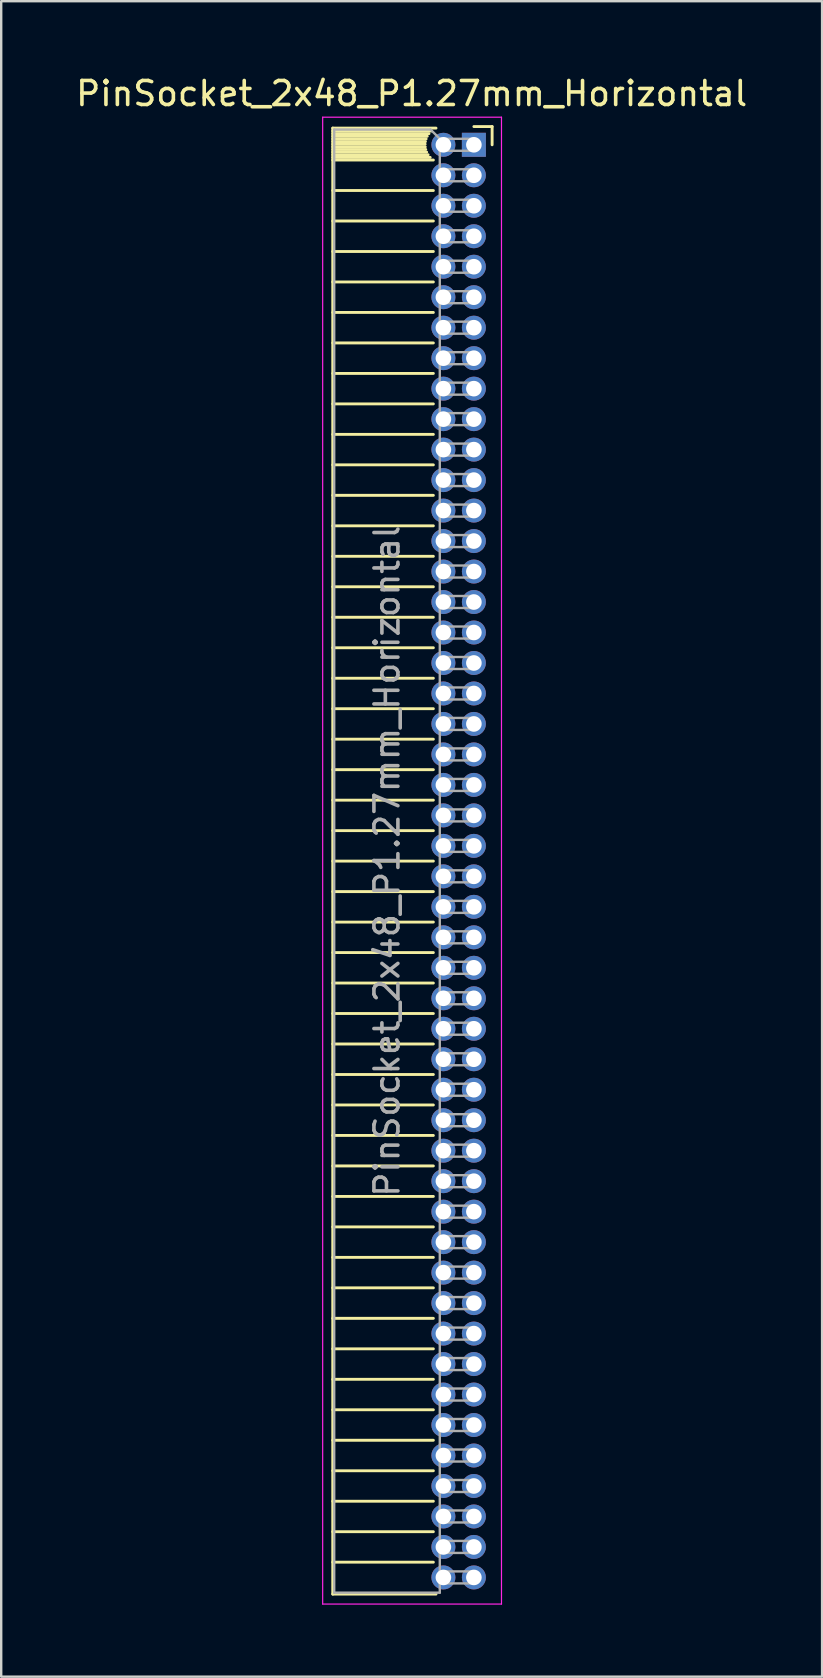
<source format=kicad_pcb>
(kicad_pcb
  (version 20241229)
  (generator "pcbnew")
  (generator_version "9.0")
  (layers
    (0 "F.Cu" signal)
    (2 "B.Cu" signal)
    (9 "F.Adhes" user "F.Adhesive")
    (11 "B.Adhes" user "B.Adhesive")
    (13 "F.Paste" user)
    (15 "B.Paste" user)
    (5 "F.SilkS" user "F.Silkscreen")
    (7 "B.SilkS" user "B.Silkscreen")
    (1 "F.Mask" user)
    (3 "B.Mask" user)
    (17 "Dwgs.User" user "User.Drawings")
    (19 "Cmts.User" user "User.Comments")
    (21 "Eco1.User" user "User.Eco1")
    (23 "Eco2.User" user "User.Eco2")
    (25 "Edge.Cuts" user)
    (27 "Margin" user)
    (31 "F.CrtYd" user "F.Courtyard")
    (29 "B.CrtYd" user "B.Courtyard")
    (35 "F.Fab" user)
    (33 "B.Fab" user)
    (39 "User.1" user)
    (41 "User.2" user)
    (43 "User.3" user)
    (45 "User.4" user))
  (footprint "PinSocket_2x48_P1.27mm_Horizontal"
    (layer "F.Cu")
    (at 16.694 2.983)
    (property "Reference" "PinSocket_2x48_P1.27mm_Horizontal" (at -2.592 -2.135 0) (layer "F.SilkS") (effects (font (size 1 1) (thickness 0.15))))
    (attr through_hole)
    (fp_line (start -5.88 -0.695) (end -5.88 60.385) (stroke (width 0.12) (type solid)) (layer "F.SilkS"))
    (fp_line (start -5.88 -0.695) (end -1.578 -0.695) (stroke (width 0.12) (type solid)) (layer "F.SilkS"))
    (fp_line (start -5.88 -0.575) (end -1.767 -0.575) (stroke (width 0.12) (type solid)) (layer "F.SilkS"))
    (fp_line (start -5.88 -0.465) (end -1.871 -0.465) (stroke (width 0.12) (type solid)) (layer "F.SilkS"))
    (fp_line (start -5.88 -0.355) (end -1.942 -0.355) (stroke (width 0.12) (type solid)) (layer "F.SilkS"))
    (fp_line (start -5.88 -0.245) (end -1.989 -0.245) (stroke (width 0.12) (type solid)) (layer "F.SilkS"))
    (fp_line (start -5.88 -0.135) (end -2.018 -0.135) (stroke (width 0.12) (type solid)) (layer "F.SilkS"))
    (fp_line (start -5.88 -0.025) (end -2.03 -0.025) (stroke (width 0.12) (type solid)) (layer "F.SilkS"))
    (fp_line (start -5.88 0.085) (end -2.025 0.085) (stroke (width 0.12) (type solid)) (layer "F.SilkS"))
    (fp_line (start -5.88 0.195) (end -2.005 0.195) (stroke (width 0.12) (type solid)) (layer "F.SilkS"))
    (fp_line (start -5.88 0.305) (end -1.966 0.305) (stroke (width 0.12) (type solid)) (layer "F.SilkS"))
    (fp_line (start -5.88 0.415) (end -1.907 0.415) (stroke (width 0.12) (type solid)) (layer "F.SilkS"))
    (fp_line (start -5.88 0.525) (end -1.82 0.525) (stroke (width 0.12) (type solid)) (layer "F.SilkS"))
    (fp_line (start -5.88 0.635) (end -1.688 0.635) (stroke (width 0.12) (type solid)) (layer "F.SilkS"))
    (fp_line (start -5.88 1.905) (end -1.688 1.905) (stroke (width 0.12) (type solid)) (layer "F.SilkS"))
    (fp_line (start -5.88 3.175) (end -1.688 3.175) (stroke (width 0.12) (type solid)) (layer "F.SilkS"))
    (fp_line (start -5.88 4.445) (end -1.688 4.445) (stroke (width 0.12) (type solid)) (layer "F.SilkS"))
    (fp_line (start -5.88 5.715) (end -1.688 5.715) (stroke (width 0.12) (type solid)) (layer "F.SilkS"))
    (fp_line (start -5.88 6.985) (end -1.688 6.985) (stroke (width 0.12) (type solid)) (layer "F.SilkS"))
    (fp_line (start -5.88 8.255) (end -1.688 8.255) (stroke (width 0.12) (type solid)) (layer "F.SilkS"))
    (fp_line (start -5.88 9.525) (end -1.688 9.525) (stroke (width 0.12) (type solid)) (layer "F.SilkS"))
    (fp_line (start -5.88 10.795) (end -1.688 10.795) (stroke (width 0.12) (type solid)) (layer "F.SilkS"))
    (fp_line (start -5.88 12.065) (end -1.688 12.065) (stroke (width 0.12) (type solid)) (layer "F.SilkS"))
    (fp_line (start -5.88 13.335) (end -1.688 13.335) (stroke (width 0.12) (type solid)) (layer "F.SilkS"))
    (fp_line (start -5.88 14.605) (end -1.688 14.605) (stroke (width 0.12) (type solid)) (layer "F.SilkS"))
    (fp_line (start -5.88 15.875) (end -1.688 15.875) (stroke (width 0.12) (type solid)) (layer "F.SilkS"))
    (fp_line (start -5.88 17.145) (end -1.688 17.145) (stroke (width 0.12) (type solid)) (layer "F.SilkS"))
    (fp_line (start -5.88 18.415) (end -1.688 18.415) (stroke (width 0.12) (type solid)) (layer "F.SilkS"))
    (fp_line (start -5.88 19.685) (end -1.688 19.685) (stroke (width 0.12) (type solid)) (layer "F.SilkS"))
    (fp_line (start -5.88 20.955) (end -1.688 20.955) (stroke (width 0.12) (type solid)) (layer "F.SilkS"))
    (fp_line (start -5.88 22.225) (end -1.688 22.225) (stroke (width 0.12) (type solid)) (layer "F.SilkS"))
    (fp_line (start -5.88 23.495) (end -1.688 23.495) (stroke (width 0.12) (type solid)) (layer "F.SilkS"))
    (fp_line (start -5.88 24.765) (end -1.688 24.765) (stroke (width 0.12) (type solid)) (layer "F.SilkS"))
    (fp_line (start -5.88 26.035) (end -1.688 26.035) (stroke (width 0.12) (type solid)) (layer "F.SilkS"))
    (fp_line (start -5.88 27.305) (end -1.688 27.305) (stroke (width 0.12) (type solid)) (layer "F.SilkS"))
    (fp_line (start -5.88 28.575) (end -1.688 28.575) (stroke (width 0.12) (type solid)) (layer "F.SilkS"))
    (fp_line (start -5.88 29.845) (end -1.688 29.845) (stroke (width 0.12) (type solid)) (layer "F.SilkS"))
    (fp_line (start -5.88 31.115) (end -1.688 31.115) (stroke (width 0.12) (type solid)) (layer "F.SilkS"))
    (fp_line (start -5.88 32.385) (end -1.688 32.385) (stroke (width 0.12) (type solid)) (layer "F.SilkS"))
    (fp_line (start -5.88 33.655) (end -1.688 33.655) (stroke (width 0.12) (type solid)) (layer "F.SilkS"))
    (fp_line (start -5.88 34.925) (end -1.688 34.925) (stroke (width 0.12) (type solid)) (layer "F.SilkS"))
    (fp_line (start -5.88 36.195) (end -1.688 36.195) (stroke (width 0.12) (type solid)) (layer "F.SilkS"))
    (fp_line (start -5.88 37.465) (end -1.688 37.465) (stroke (width 0.12) (type solid)) (layer "F.SilkS"))
    (fp_line (start -5.88 38.735) (end -1.688 38.735) (stroke (width 0.12) (type solid)) (layer "F.SilkS"))
    (fp_line (start -5.88 40.005) (end -1.688 40.005) (stroke (width 0.12) (type solid)) (layer "F.SilkS"))
    (fp_line (start -5.88 41.275) (end -1.688 41.275) (stroke (width 0.12) (type solid)) (layer "F.SilkS"))
    (fp_line (start -5.88 42.545) (end -1.688 42.545) (stroke (width 0.12) (type solid)) (layer "F.SilkS"))
    (fp_line (start -5.88 43.815) (end -1.688 43.815) (stroke (width 0.12) (type solid)) (layer "F.SilkS"))
    (fp_line (start -5.88 45.085) (end -1.688 45.085) (stroke (width 0.12) (type solid)) (layer "F.SilkS"))
    (fp_line (start -5.88 46.355) (end -1.688 46.355) (stroke (width 0.12) (type solid)) (layer "F.SilkS"))
    (fp_line (start -5.88 47.625) (end -1.688 47.625) (stroke (width 0.12) (type solid)) (layer "F.SilkS"))
    (fp_line (start -5.88 48.895) (end -1.688 48.895) (stroke (width 0.12) (type solid)) (layer "F.SilkS"))
    (fp_line (start -5.88 50.165) (end -1.688 50.165) (stroke (width 0.12) (type solid)) (layer "F.SilkS"))
    (fp_line (start -5.88 51.435) (end -1.688 51.435) (stroke (width 0.12) (type solid)) (layer "F.SilkS"))
    (fp_line (start -5.88 52.705) (end -1.688 52.705) (stroke (width 0.12) (type solid)) (layer "F.SilkS"))
    (fp_line (start -5.88 53.975) (end -1.688 53.975) (stroke (width 0.12) (type solid)) (layer "F.SilkS"))
    (fp_line (start -5.88 55.245) (end -1.688 55.245) (stroke (width 0.12) (type solid)) (layer "F.SilkS"))
    (fp_line (start -5.88 56.515) (end -1.688 56.515) (stroke (width 0.12) (type solid)) (layer "F.SilkS"))
    (fp_line (start -5.88 57.785) (end -1.688 57.785) (stroke (width 0.12) (type solid)) (layer "F.SilkS"))
    (fp_line (start -5.88 59.055) (end -1.688 59.055) (stroke (width 0.12) (type solid)) (layer "F.SilkS"))
    (fp_line (start -5.88 60.385) (end -1.578 60.385) (stroke (width 0.12) (type solid)) (layer "F.SilkS"))
    (fp_line (start 0 -0.76) (end 0.76 -0.76) (stroke (width 0.12) (type solid)) (layer "F.SilkS"))
    (fp_line (start 0.76 -0.76) (end 0.76 0) (stroke (width 0.12) (type solid)) (layer "F.SilkS"))
    (fp_line (start -6.3 -1.15) (end -6.3 60.8) (stroke (width 0.05) (type solid)) (layer "F.CrtYd"))
    (fp_line (start -6.3 60.8) (end 1.15 60.8) (stroke (width 0.05) (type solid)) (layer "F.CrtYd"))
    (fp_line (start 1.15 -1.15) (end -6.3 -1.15) (stroke (width 0.05) (type solid)) (layer "F.CrtYd"))
    (fp_line (start 1.15 60.8) (end 1.15 -1.15) (stroke (width 0.05) (type solid)) (layer "F.CrtYd"))
    (fp_line (start -5.82 -0.635) (end -1.805 -0.635) (stroke (width 0.1) (type solid)) (layer "F.Fab"))
    (fp_line (start -5.82 60.325) (end -5.82 -0.635) (stroke (width 0.1) (type solid)) (layer "F.Fab"))
    (fp_line (start -1.805 -0.635) (end -1.42 -0.25) (stroke (width 0.1) (type solid)) (layer "F.Fab"))
    (fp_line (start -1.42 -0.25) (end -1.42 60.325) (stroke (width 0.1) (type solid)) (layer "F.Fab"))
    (fp_line (start -1.42 0.25) (end 0 0.25) (stroke (width 0.1) (type solid)) (layer "F.Fab"))
    (fp_line (start -1.42 1.52) (end 0 1.52) (stroke (width 0.1) (type solid)) (layer "F.Fab"))
    (fp_line (start -1.42 2.79) (end 0 2.79) (stroke (width 0.1) (type solid)) (layer "F.Fab"))
    (fp_line (start -1.42 4.06) (end 0 4.06) (stroke (width 0.1) (type solid)) (layer "F.Fab"))
    (fp_line (start -1.42 5.33) (end 0 5.33) (stroke (width 0.1) (type solid)) (layer "F.Fab"))
    (fp_line (start -1.42 6.6) (end 0 6.6) (stroke (width 0.1) (type solid)) (layer "F.Fab"))
    (fp_line (start -1.42 7.87) (end 0 7.87) (stroke (width 0.1) (type solid)) (layer "F.Fab"))
    (fp_line (start -1.42 9.14) (end 0 9.14) (stroke (width 0.1) (type solid)) (layer "F.Fab"))
    (fp_line (start -1.42 10.41) (end 0 10.41) (stroke (width 0.1) (type solid)) (layer "F.Fab"))
    (fp_line (start -1.42 11.68) (end 0 11.68) (stroke (width 0.1) (type solid)) (layer "F.Fab"))
    (fp_line (start -1.42 12.95) (end 0 12.95) (stroke (width 0.1) (type solid)) (layer "F.Fab"))
    (fp_line (start -1.42 14.22) (end 0 14.22) (stroke (width 0.1) (type solid)) (layer "F.Fab"))
    (fp_line (start -1.42 15.49) (end 0 15.49) (stroke (width 0.1) (type solid)) (layer "F.Fab"))
    (fp_line (start -1.42 16.76) (end 0 16.76) (stroke (width 0.1) (type solid)) (layer "F.Fab"))
    (fp_line (start -1.42 18.03) (end 0 18.03) (stroke (width 0.1) (type solid)) (layer "F.Fab"))
    (fp_line (start -1.42 19.3) (end 0 19.3) (stroke (width 0.1) (type solid)) (layer "F.Fab"))
    (fp_line (start -1.42 20.57) (end 0 20.57) (stroke (width 0.1) (type solid)) (layer "F.Fab"))
    (fp_line (start -1.42 21.84) (end 0 21.84) (stroke (width 0.1) (type solid)) (layer "F.Fab"))
    (fp_line (start -1.42 23.11) (end 0 23.11) (stroke (width 0.1) (type solid)) (layer "F.Fab"))
    (fp_line (start -1.42 24.38) (end 0 24.38) (stroke (width 0.1) (type solid)) (layer "F.Fab"))
    (fp_line (start -1.42 25.65) (end 0 25.65) (stroke (width 0.1) (type solid)) (layer "F.Fab"))
    (fp_line (start -1.42 26.92) (end 0 26.92) (stroke (width 0.1) (type solid)) (layer "F.Fab"))
    (fp_line (start -1.42 28.19) (end 0 28.19) (stroke (width 0.1) (type solid)) (layer "F.Fab"))
    (fp_line (start -1.42 29.46) (end 0 29.46) (stroke (width 0.1) (type solid)) (layer "F.Fab"))
    (fp_line (start -1.42 30.73) (end 0 30.73) (stroke (width 0.1) (type solid)) (layer "F.Fab"))
    (fp_line (start -1.42 32) (end 0 32) (stroke (width 0.1) (type solid)) (layer "F.Fab"))
    (fp_line (start -1.42 33.27) (end 0 33.27) (stroke (width 0.1) (type solid)) (layer "F.Fab"))
    (fp_line (start -1.42 34.54) (end 0 34.54) (stroke (width 0.1) (type solid)) (layer "F.Fab"))
    (fp_line (start -1.42 35.81) (end 0 35.81) (stroke (width 0.1) (type solid)) (layer "F.Fab"))
    (fp_line (start -1.42 37.08) (end 0 37.08) (stroke (width 0.1) (type solid)) (layer "F.Fab"))
    (fp_line (start -1.42 38.35) (end 0 38.35) (stroke (width 0.1) (type solid)) (layer "F.Fab"))
    (fp_line (start -1.42 39.62) (end 0 39.62) (stroke (width 0.1) (type solid)) (layer "F.Fab"))
    (fp_line (start -1.42 40.89) (end 0 40.89) (stroke (width 0.1) (type solid)) (layer "F.Fab"))
    (fp_line (start -1.42 42.16) (end 0 42.16) (stroke (width 0.1) (type solid)) (layer "F.Fab"))
    (fp_line (start -1.42 43.43) (end 0 43.43) (stroke (width 0.1) (type solid)) (layer "F.Fab"))
    (fp_line (start -1.42 44.7) (end 0 44.7) (stroke (width 0.1) (type solid)) (layer "F.Fab"))
    (fp_line (start -1.42 45.97) (end 0 45.97) (stroke (width 0.1) (type solid)) (layer "F.Fab"))
    (fp_line (start -1.42 47.24) (end 0 47.24) (stroke (width 0.1) (type solid)) (layer "F.Fab"))
    (fp_line (start -1.42 48.51) (end 0 48.51) (stroke (width 0.1) (type solid)) (layer "F.Fab"))
    (fp_line (start -1.42 49.78) (end 0 49.78) (stroke (width 0.1) (type solid)) (layer "F.Fab"))
    (fp_line (start -1.42 51.05) (end 0 51.05) (stroke (width 0.1) (type solid)) (layer "F.Fab"))
    (fp_line (start -1.42 52.32) (end 0 52.32) (stroke (width 0.1) (type solid)) (layer "F.Fab"))
    (fp_line (start -1.42 53.59) (end 0 53.59) (stroke (width 0.1) (type solid)) (layer "F.Fab"))
    (fp_line (start -1.42 54.86) (end 0 54.86) (stroke (width 0.1) (type solid)) (layer "F.Fab"))
    (fp_line (start -1.42 56.13) (end 0 56.13) (stroke (width 0.1) (type solid)) (layer "F.Fab"))
    (fp_line (start -1.42 57.4) (end 0 57.4) (stroke (width 0.1) (type solid)) (layer "F.Fab"))
    (fp_line (start -1.42 58.67) (end 0 58.67) (stroke (width 0.1) (type solid)) (layer "F.Fab"))
    (fp_line (start -1.42 59.94) (end 0 59.94) (stroke (width 0.1) (type solid)) (layer "F.Fab"))
    (fp_line (start -1.42 60.325) (end -5.82 60.325) (stroke (width 0.1) (type solid)) (layer "F.Fab"))
    (fp_line (start 0 -0.25) (end -1.42 -0.25) (stroke (width 0.1) (type solid)) (layer "F.Fab"))
    (fp_line (start 0 0.25) (end 0 -0.25) (stroke (width 0.1) (type solid)) (layer "F.Fab"))
    (fp_line (start 0 1.02) (end -1.42 1.02) (stroke (width 0.1) (type solid)) (layer "F.Fab"))
    (fp_line (start 0 1.52) (end 0 1.02) (stroke (width 0.1) (type solid)) (layer "F.Fab"))
    (fp_line (start 0 2.29) (end -1.42 2.29) (stroke (width 0.1) (type solid)) (layer "F.Fab"))
    (fp_line (start 0 2.79) (end 0 2.29) (stroke (width 0.1) (type solid)) (layer "F.Fab"))
    (fp_line (start 0 3.56) (end -1.42 3.56) (stroke (width 0.1) (type solid)) (layer "F.Fab"))
    (fp_line (start 0 4.06) (end 0 3.56) (stroke (width 0.1) (type solid)) (layer "F.Fab"))
    (fp_line (start 0 4.83) (end -1.42 4.83) (stroke (width 0.1) (type solid)) (layer "F.Fab"))
    (fp_line (start 0 5.33) (end 0 4.83) (stroke (width 0.1) (type solid)) (layer "F.Fab"))
    (fp_line (start 0 6.1) (end -1.42 6.1) (stroke (width 0.1) (type solid)) (layer "F.Fab"))
    (fp_line (start 0 6.6) (end 0 6.1) (stroke (width 0.1) (type solid)) (layer "F.Fab"))
    (fp_line (start 0 7.37) (end -1.42 7.37) (stroke (width 0.1) (type solid)) (layer "F.Fab"))
    (fp_line (start 0 7.87) (end 0 7.37) (stroke (width 0.1) (type solid)) (layer "F.Fab"))
    (fp_line (start 0 8.64) (end -1.42 8.64) (stroke (width 0.1) (type solid)) (layer "F.Fab"))
    (fp_line (start 0 9.14) (end 0 8.64) (stroke (width 0.1) (type solid)) (layer "F.Fab"))
    (fp_line (start 0 9.91) (end -1.42 9.91) (stroke (width 0.1) (type solid)) (layer "F.Fab"))
    (fp_line (start 0 10.41) (end 0 9.91) (stroke (width 0.1) (type solid)) (layer "F.Fab"))
    (fp_line (start 0 11.18) (end -1.42 11.18) (stroke (width 0.1) (type solid)) (layer "F.Fab"))
    (fp_line (start 0 11.68) (end 0 11.18) (stroke (width 0.1) (type solid)) (layer "F.Fab"))
    (fp_line (start 0 12.45) (end -1.42 12.45) (stroke (width 0.1) (type solid)) (layer "F.Fab"))
    (fp_line (start 0 12.95) (end 0 12.45) (stroke (width 0.1) (type solid)) (layer "F.Fab"))
    (fp_line (start 0 13.72) (end -1.42 13.72) (stroke (width 0.1) (type solid)) (layer "F.Fab"))
    (fp_line (start 0 14.22) (end 0 13.72) (stroke (width 0.1) (type solid)) (layer "F.Fab"))
    (fp_line (start 0 14.99) (end -1.42 14.99) (stroke (width 0.1) (type solid)) (layer "F.Fab"))
    (fp_line (start 0 15.49) (end 0 14.99) (stroke (width 0.1) (type solid)) (layer "F.Fab"))
    (fp_line (start 0 16.26) (end -1.42 16.26) (stroke (width 0.1) (type solid)) (layer "F.Fab"))
    (fp_line (start 0 16.76) (end 0 16.26) (stroke (width 0.1) (type solid)) (layer "F.Fab"))
    (fp_line (start 0 17.53) (end -1.42 17.53) (stroke (width 0.1) (type solid)) (layer "F.Fab"))
    (fp_line (start 0 18.03) (end 0 17.53) (stroke (width 0.1) (type solid)) (layer "F.Fab"))
    (fp_line (start 0 18.8) (end -1.42 18.8) (stroke (width 0.1) (type solid)) (layer "F.Fab"))
    (fp_line (start 0 19.3) (end 0 18.8) (stroke (width 0.1) (type solid)) (layer "F.Fab"))
    (fp_line (start 0 20.07) (end -1.42 20.07) (stroke (width 0.1) (type solid)) (layer "F.Fab"))
    (fp_line (start 0 20.57) (end 0 20.07) (stroke (width 0.1) (type solid)) (layer "F.Fab"))
    (fp_line (start 0 21.34) (end -1.42 21.34) (stroke (width 0.1) (type solid)) (layer "F.Fab"))
    (fp_line (start 0 21.84) (end 0 21.34) (stroke (width 0.1) (type solid)) (layer "F.Fab"))
    (fp_line (start 0 22.61) (end -1.42 22.61) (stroke (width 0.1) (type solid)) (layer "F.Fab"))
    (fp_line (start 0 23.11) (end 0 22.61) (stroke (width 0.1) (type solid)) (layer "F.Fab"))
    (fp_line (start 0 23.88) (end -1.42 23.88) (stroke (width 0.1) (type solid)) (layer "F.Fab"))
    (fp_line (start 0 24.38) (end 0 23.88) (stroke (width 0.1) (type solid)) (layer "F.Fab"))
    (fp_line (start 0 25.15) (end -1.42 25.15) (stroke (width 0.1) (type solid)) (layer "F.Fab"))
    (fp_line (start 0 25.65) (end 0 25.15) (stroke (width 0.1) (type solid)) (layer "F.Fab"))
    (fp_line (start 0 26.42) (end -1.42 26.42) (stroke (width 0.1) (type solid)) (layer "F.Fab"))
    (fp_line (start 0 26.92) (end 0 26.42) (stroke (width 0.1) (type solid)) (layer "F.Fab"))
    (fp_line (start 0 27.69) (end -1.42 27.69) (stroke (width 0.1) (type solid)) (layer "F.Fab"))
    (fp_line (start 0 28.19) (end 0 27.69) (stroke (width 0.1) (type solid)) (layer "F.Fab"))
    (fp_line (start 0 28.96) (end -1.42 28.96) (stroke (width 0.1) (type solid)) (layer "F.Fab"))
    (fp_line (start 0 29.46) (end 0 28.96) (stroke (width 0.1) (type solid)) (layer "F.Fab"))
    (fp_line (start 0 30.23) (end -1.42 30.23) (stroke (width 0.1) (type solid)) (layer "F.Fab"))
    (fp_line (start 0 30.73) (end 0 30.23) (stroke (width 0.1) (type solid)) (layer "F.Fab"))
    (fp_line (start 0 31.5) (end -1.42 31.5) (stroke (width 0.1) (type solid)) (layer "F.Fab"))
    (fp_line (start 0 32) (end 0 31.5) (stroke (width 0.1) (type solid)) (layer "F.Fab"))
    (fp_line (start 0 32.77) (end -1.42 32.77) (stroke (width 0.1) (type solid)) (layer "F.Fab"))
    (fp_line (start 0 33.27) (end 0 32.77) (stroke (width 0.1) (type solid)) (layer "F.Fab"))
    (fp_line (start 0 34.04) (end -1.42 34.04) (stroke (width 0.1) (type solid)) (layer "F.Fab"))
    (fp_line (start 0 34.54) (end 0 34.04) (stroke (width 0.1) (type solid)) (layer "F.Fab"))
    (fp_line (start 0 35.31) (end -1.42 35.31) (stroke (width 0.1) (type solid)) (layer "F.Fab"))
    (fp_line (start 0 35.81) (end 0 35.31) (stroke (width 0.1) (type solid)) (layer "F.Fab"))
    (fp_line (start 0 36.58) (end -1.42 36.58) (stroke (width 0.1) (type solid)) (layer "F.Fab"))
    (fp_line (start 0 37.08) (end 0 36.58) (stroke (width 0.1) (type solid)) (layer "F.Fab"))
    (fp_line (start 0 37.85) (end -1.42 37.85) (stroke (width 0.1) (type solid)) (layer "F.Fab"))
    (fp_line (start 0 38.35) (end 0 37.85) (stroke (width 0.1) (type solid)) (layer "F.Fab"))
    (fp_line (start 0 39.12) (end -1.42 39.12) (stroke (width 0.1) (type solid)) (layer "F.Fab"))
    (fp_line (start 0 39.62) (end 0 39.12) (stroke (width 0.1) (type solid)) (layer "F.Fab"))
    (fp_line (start 0 40.39) (end -1.42 40.39) (stroke (width 0.1) (type solid)) (layer "F.Fab"))
    (fp_line (start 0 40.89) (end 0 40.39) (stroke (width 0.1) (type solid)) (layer "F.Fab"))
    (fp_line (start 0 41.66) (end -1.42 41.66) (stroke (width 0.1) (type solid)) (layer "F.Fab"))
    (fp_line (start 0 42.16) (end 0 41.66) (stroke (width 0.1) (type solid)) (layer "F.Fab"))
    (fp_line (start 0 42.93) (end -1.42 42.93) (stroke (width 0.1) (type solid)) (layer "F.Fab"))
    (fp_line (start 0 43.43) (end 0 42.93) (stroke (width 0.1) (type solid)) (layer "F.Fab"))
    (fp_line (start 0 44.2) (end -1.42 44.2) (stroke (width 0.1) (type solid)) (layer "F.Fab"))
    (fp_line (start 0 44.7) (end 0 44.2) (stroke (width 0.1) (type solid)) (layer "F.Fab"))
    (fp_line (start 0 45.47) (end -1.42 45.47) (stroke (width 0.1) (type solid)) (layer "F.Fab"))
    (fp_line (start 0 45.97) (end 0 45.47) (stroke (width 0.1) (type solid)) (layer "F.Fab"))
    (fp_line (start 0 46.74) (end -1.42 46.74) (stroke (width 0.1) (type solid)) (layer "F.Fab"))
    (fp_line (start 0 47.24) (end 0 46.74) (stroke (width 0.1) (type solid)) (layer "F.Fab"))
    (fp_line (start 0 48.01) (end -1.42 48.01) (stroke (width 0.1) (type solid)) (layer "F.Fab"))
    (fp_line (start 0 48.51) (end 0 48.01) (stroke (width 0.1) (type solid)) (layer "F.Fab"))
    (fp_line (start 0 49.28) (end -1.42 49.28) (stroke (width 0.1) (type solid)) (layer "F.Fab"))
    (fp_line (start 0 49.78) (end 0 49.28) (stroke (width 0.1) (type solid)) (layer "F.Fab"))
    (fp_line (start 0 50.55) (end -1.42 50.55) (stroke (width 0.1) (type solid)) (layer "F.Fab"))
    (fp_line (start 0 51.05) (end 0 50.55) (stroke (width 0.1) (type solid)) (layer "F.Fab"))
    (fp_line (start 0 51.82) (end -1.42 51.82) (stroke (width 0.1) (type solid)) (layer "F.Fab"))
    (fp_line (start 0 52.32) (end 0 51.82) (stroke (width 0.1) (type solid)) (layer "F.Fab"))
    (fp_line (start 0 53.09) (end -1.42 53.09) (stroke (width 0.1) (type solid)) (layer "F.Fab"))
    (fp_line (start 0 53.59) (end 0 53.09) (stroke (width 0.1) (type solid)) (layer "F.Fab"))
    (fp_line (start 0 54.36) (end -1.42 54.36) (stroke (width 0.1) (type solid)) (layer "F.Fab"))
    (fp_line (start 0 54.86) (end 0 54.36) (stroke (width 0.1) (type solid)) (layer "F.Fab"))
    (fp_line (start 0 55.63) (end -1.42 55.63) (stroke (width 0.1) (type solid)) (layer "F.Fab"))
    (fp_line (start 0 56.13) (end 0 55.63) (stroke (width 0.1) (type solid)) (layer "F.Fab"))
    (fp_line (start 0 56.9) (end -1.42 56.9) (stroke (width 0.1) (type solid)) (layer "F.Fab"))
    (fp_line (start 0 57.4) (end 0 56.9) (stroke (width 0.1) (type solid)) (layer "F.Fab"))
    (fp_line (start 0 58.17) (end -1.42 58.17) (stroke (width 0.1) (type solid)) (layer "F.Fab"))
    (fp_line (start 0 58.67) (end 0 58.17) (stroke (width 0.1) (type solid)) (layer "F.Fab"))
    (fp_line (start 0 59.44) (end -1.42 59.44) (stroke (width 0.1) (type solid)) (layer "F.Fab"))
    (fp_line (start 0 59.94) (end 0 59.44) (stroke (width 0.1) (type solid)) (layer "F.Fab"))
    (fp_text user "${REFERENCE}" (at -3.62 29.845 90) (layer "F.Fab") (effects (font (size 1 1) (thickness 0.15))))
    (pad "1" thru_hole rect (at 0 0) (size 1 1) (drill 0.65) (layers "*.Cu" "*.Mask"))
    (pad "2" thru_hole circle (at -1.27 0) (size 1 1) (drill 0.65) (layers "*.Cu" "*.Mask"))
    (pad "3" thru_hole circle (at 0 1.27) (size 1 1) (drill 0.65) (layers "*.Cu" "*.Mask"))
    (pad "4" thru_hole circle (at -1.27 1.27) (size 1 1) (drill 0.65) (layers "*.Cu" "*.Mask"))
    (pad "5" thru_hole circle (at 0 2.54) (size 1 1) (drill 0.65) (layers "*.Cu" "*.Mask"))
    (pad "6" thru_hole circle (at -1.27 2.54) (size 1 1) (drill 0.65) (layers "*.Cu" "*.Mask"))
    (pad "7" thru_hole circle (at 0 3.81) (size 1 1) (drill 0.65) (layers "*.Cu" "*.Mask"))
    (pad "8" thru_hole circle (at -1.27 3.81) (size 1 1) (drill 0.65) (layers "*.Cu" "*.Mask"))
    (pad "9" thru_hole circle (at 0 5.08) (size 1 1) (drill 0.65) (layers "*.Cu" "*.Mask"))
    (pad "10" thru_hole circle (at -1.27 5.08) (size 1 1) (drill 0.65) (layers "*.Cu" "*.Mask"))
    (pad "11" thru_hole circle (at 0 6.35) (size 1 1) (drill 0.65) (layers "*.Cu" "*.Mask"))
    (pad "12" thru_hole circle (at -1.27 6.35) (size 1 1) (drill 0.65) (layers "*.Cu" "*.Mask"))
    (pad "13" thru_hole circle (at 0 7.62) (size 1 1) (drill 0.65) (layers "*.Cu" "*.Mask"))
    (pad "14" thru_hole circle (at -1.27 7.62) (size 1 1) (drill 0.65) (layers "*.Cu" "*.Mask"))
    (pad "15" thru_hole circle (at 0 8.89) (size 1 1) (drill 0.65) (layers "*.Cu" "*.Mask"))
    (pad "16" thru_hole circle (at -1.27 8.89) (size 1 1) (drill 0.65) (layers "*.Cu" "*.Mask"))
    (pad "17" thru_hole circle (at 0 10.16) (size 1 1) (drill 0.65) (layers "*.Cu" "*.Mask"))
    (pad "18" thru_hole circle (at -1.27 10.16) (size 1 1) (drill 0.65) (layers "*.Cu" "*.Mask"))
    (pad "19" thru_hole circle (at 0 11.43) (size 1 1) (drill 0.65) (layers "*.Cu" "*.Mask"))
    (pad "20" thru_hole circle (at -1.27 11.43) (size 1 1) (drill 0.65) (layers "*.Cu" "*.Mask"))
    (pad "21" thru_hole circle (at 0 12.7) (size 1 1) (drill 0.65) (layers "*.Cu" "*.Mask"))
    (pad "22" thru_hole circle (at -1.27 12.7) (size 1 1) (drill 0.65) (layers "*.Cu" "*.Mask"))
    (pad "23" thru_hole circle (at 0 13.97) (size 1 1) (drill 0.65) (layers "*.Cu" "*.Mask"))
    (pad "24" thru_hole circle (at -1.27 13.97) (size 1 1) (drill 0.65) (layers "*.Cu" "*.Mask"))
    (pad "25" thru_hole circle (at 0 15.24) (size 1 1) (drill 0.65) (layers "*.Cu" "*.Mask"))
    (pad "26" thru_hole circle (at -1.27 15.24) (size 1 1) (drill 0.65) (layers "*.Cu" "*.Mask"))
    (pad "27" thru_hole circle (at 0 16.51) (size 1 1) (drill 0.65) (layers "*.Cu" "*.Mask"))
    (pad "28" thru_hole circle (at -1.27 16.51) (size 1 1) (drill 0.65) (layers "*.Cu" "*.Mask"))
    (pad "29" thru_hole circle (at 0 17.78) (size 1 1) (drill 0.65) (layers "*.Cu" "*.Mask"))
    (pad "30" thru_hole circle (at -1.27 17.78) (size 1 1) (drill 0.65) (layers "*.Cu" "*.Mask"))
    (pad "31" thru_hole circle (at 0 19.05) (size 1 1) (drill 0.65) (layers "*.Cu" "*.Mask"))
    (pad "32" thru_hole circle (at -1.27 19.05) (size 1 1) (drill 0.65) (layers "*.Cu" "*.Mask"))
    (pad "33" thru_hole circle (at 0 20.32) (size 1 1) (drill 0.65) (layers "*.Cu" "*.Mask"))
    (pad "34" thru_hole circle (at -1.27 20.32) (size 1 1) (drill 0.65) (layers "*.Cu" "*.Mask"))
    (pad "35" thru_hole circle (at 0 21.59) (size 1 1) (drill 0.65) (layers "*.Cu" "*.Mask"))
    (pad "36" thru_hole circle (at -1.27 21.59) (size 1 1) (drill 0.65) (layers "*.Cu" "*.Mask"))
    (pad "37" thru_hole circle (at 0 22.86) (size 1 1) (drill 0.65) (layers "*.Cu" "*.Mask"))
    (pad "38" thru_hole circle (at -1.27 22.86) (size 1 1) (drill 0.65) (layers "*.Cu" "*.Mask"))
    (pad "39" thru_hole circle (at 0 24.13) (size 1 1) (drill 0.65) (layers "*.Cu" "*.Mask"))
    (pad "40" thru_hole circle (at -1.27 24.13) (size 1 1) (drill 0.65) (layers "*.Cu" "*.Mask"))
    (pad "41" thru_hole circle (at 0 25.4) (size 1 1) (drill 0.65) (layers "*.Cu" "*.Mask"))
    (pad "42" thru_hole circle (at -1.27 25.4) (size 1 1) (drill 0.65) (layers "*.Cu" "*.Mask"))
    (pad "43" thru_hole circle (at 0 26.67) (size 1 1) (drill 0.65) (layers "*.Cu" "*.Mask"))
    (pad "44" thru_hole circle (at -1.27 26.67) (size 1 1) (drill 0.65) (layers "*.Cu" "*.Mask"))
    (pad "45" thru_hole circle (at 0 27.94) (size 1 1) (drill 0.65) (layers "*.Cu" "*.Mask"))
    (pad "46" thru_hole circle (at -1.27 27.94) (size 1 1) (drill 0.65) (layers "*.Cu" "*.Mask"))
    (pad "47" thru_hole circle (at 0 29.21) (size 1 1) (drill 0.65) (layers "*.Cu" "*.Mask"))
    (pad "48" thru_hole circle (at -1.27 29.21) (size 1 1) (drill 0.65) (layers "*.Cu" "*.Mask"))
    (pad "49" thru_hole circle (at 0 30.48) (size 1 1) (drill 0.65) (layers "*.Cu" "*.Mask"))
    (pad "50" thru_hole circle (at -1.27 30.48) (size 1 1) (drill 0.65) (layers "*.Cu" "*.Mask"))
    (pad "51" thru_hole circle (at 0 31.75) (size 1 1) (drill 0.65) (layers "*.Cu" "*.Mask"))
    (pad "52" thru_hole circle (at -1.27 31.75) (size 1 1) (drill 0.65) (layers "*.Cu" "*.Mask"))
    (pad "53" thru_hole circle (at 0 33.02) (size 1 1) (drill 0.65) (layers "*.Cu" "*.Mask"))
    (pad "54" thru_hole circle (at -1.27 33.02) (size 1 1) (drill 0.65) (layers "*.Cu" "*.Mask"))
    (pad "55" thru_hole circle (at 0 34.29) (size 1 1) (drill 0.65) (layers "*.Cu" "*.Mask"))
    (pad "56" thru_hole circle (at -1.27 34.29) (size 1 1) (drill 0.65) (layers "*.Cu" "*.Mask"))
    (pad "57" thru_hole circle (at 0 35.56) (size 1 1) (drill 0.65) (layers "*.Cu" "*.Mask"))
    (pad "58" thru_hole circle (at -1.27 35.56) (size 1 1) (drill 0.65) (layers "*.Cu" "*.Mask"))
    (pad "59" thru_hole circle (at 0 36.83) (size 1 1) (drill 0.65) (layers "*.Cu" "*.Mask"))
    (pad "60" thru_hole circle (at -1.27 36.83) (size 1 1) (drill 0.65) (layers "*.Cu" "*.Mask"))
    (pad "61" thru_hole circle (at 0 38.1) (size 1 1) (drill 0.65) (layers "*.Cu" "*.Mask"))
    (pad "62" thru_hole circle (at -1.27 38.1) (size 1 1) (drill 0.65) (layers "*.Cu" "*.Mask"))
    (pad "63" thru_hole circle (at 0 39.37) (size 1 1) (drill 0.65) (layers "*.Cu" "*.Mask"))
    (pad "64" thru_hole circle (at -1.27 39.37) (size 1 1) (drill 0.65) (layers "*.Cu" "*.Mask"))
    (pad "65" thru_hole circle (at 0 40.64) (size 1 1) (drill 0.65) (layers "*.Cu" "*.Mask"))
    (pad "66" thru_hole circle (at -1.27 40.64) (size 1 1) (drill 0.65) (layers "*.Cu" "*.Mask"))
    (pad "67" thru_hole circle (at 0 41.91) (size 1 1) (drill 0.65) (layers "*.Cu" "*.Mask"))
    (pad "68" thru_hole circle (at -1.27 41.91) (size 1 1) (drill 0.65) (layers "*.Cu" "*.Mask"))
    (pad "69" thru_hole circle (at 0 43.18) (size 1 1) (drill 0.65) (layers "*.Cu" "*.Mask"))
    (pad "70" thru_hole circle (at -1.27 43.18) (size 1 1) (drill 0.65) (layers "*.Cu" "*.Mask"))
    (pad "71" thru_hole circle (at 0 44.45) (size 1 1) (drill 0.65) (layers "*.Cu" "*.Mask"))
    (pad "72" thru_hole circle (at -1.27 44.45) (size 1 1) (drill 0.65) (layers "*.Cu" "*.Mask"))
    (pad "73" thru_hole circle (at 0 45.72) (size 1 1) (drill 0.65) (layers "*.Cu" "*.Mask"))
    (pad "74" thru_hole circle (at -1.27 45.72) (size 1 1) (drill 0.65) (layers "*.Cu" "*.Mask"))
    (pad "75" thru_hole circle (at 0 46.99) (size 1 1) (drill 0.65) (layers "*.Cu" "*.Mask"))
    (pad "76" thru_hole circle (at -1.27 46.99) (size 1 1) (drill 0.65) (layers "*.Cu" "*.Mask"))
    (pad "77" thru_hole circle (at 0 48.26) (size 1 1) (drill 0.65) (layers "*.Cu" "*.Mask"))
    (pad "78" thru_hole circle (at -1.27 48.26) (size 1 1) (drill 0.65) (layers "*.Cu" "*.Mask"))
    (pad "79" thru_hole circle (at 0 49.53) (size 1 1) (drill 0.65) (layers "*.Cu" "*.Mask"))
    (pad "80" thru_hole circle (at -1.27 49.53) (size 1 1) (drill 0.65) (layers "*.Cu" "*.Mask"))
    (pad "81" thru_hole circle (at 0 50.8) (size 1 1) (drill 0.65) (layers "*.Cu" "*.Mask"))
    (pad "82" thru_hole circle (at -1.27 50.8) (size 1 1) (drill 0.65) (layers "*.Cu" "*.Mask"))
    (pad "83" thru_hole circle (at 0 52.07) (size 1 1) (drill 0.65) (layers "*.Cu" "*.Mask"))
    (pad "84" thru_hole circle (at -1.27 52.07) (size 1 1) (drill 0.65) (layers "*.Cu" "*.Mask"))
    (pad "85" thru_hole circle (at 0 53.34) (size 1 1) (drill 0.65) (layers "*.Cu" "*.Mask"))
    (pad "86" thru_hole circle (at -1.27 53.34) (size 1 1) (drill 0.65) (layers "*.Cu" "*.Mask"))
    (pad "87" thru_hole circle (at 0 54.61) (size 1 1) (drill 0.65) (layers "*.Cu" "*.Mask"))
    (pad "88" thru_hole circle (at -1.27 54.61) (size 1 1) (drill 0.65) (layers "*.Cu" "*.Mask"))
    (pad "89" thru_hole circle (at 0 55.88) (size 1 1) (drill 0.65) (layers "*.Cu" "*.Mask"))
    (pad "90" thru_hole circle (at -1.27 55.88) (size 1 1) (drill 0.65) (layers "*.Cu" "*.Mask"))
    (pad "91" thru_hole circle (at 0 57.15) (size 1 1) (drill 0.65) (layers "*.Cu" "*.Mask"))
    (pad "92" thru_hole circle (at -1.27 57.15) (size 1 1) (drill 0.65) (layers "*.Cu" "*.Mask"))
    (pad "93" thru_hole circle (at 0 58.42) (size 1 1) (drill 0.65) (layers "*.Cu" "*.Mask"))
    (pad "94" thru_hole circle (at -1.27 58.42) (size 1 1) (drill 0.65) (layers "*.Cu" "*.Mask"))
    (pad "95" thru_hole circle (at 0 59.69) (size 1 1) (drill 0.65) (layers "*.Cu" "*.Mask"))
    (pad "96" thru_hole circle (at -1.27 59.69) (size 1 1) (drill 0.65) (layers "*.Cu" "*.Mask")))
  (gr_rect
    (start -3 -3)
    (end 31.202 66.808)
    (stroke (width 0.1) (type default))
    (fill no)
    (layer "Edge.Cuts")))
</source>
